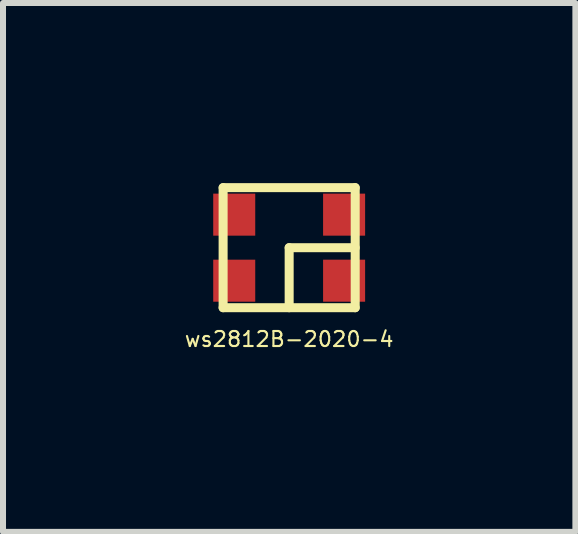
<source format=kicad_pcb>
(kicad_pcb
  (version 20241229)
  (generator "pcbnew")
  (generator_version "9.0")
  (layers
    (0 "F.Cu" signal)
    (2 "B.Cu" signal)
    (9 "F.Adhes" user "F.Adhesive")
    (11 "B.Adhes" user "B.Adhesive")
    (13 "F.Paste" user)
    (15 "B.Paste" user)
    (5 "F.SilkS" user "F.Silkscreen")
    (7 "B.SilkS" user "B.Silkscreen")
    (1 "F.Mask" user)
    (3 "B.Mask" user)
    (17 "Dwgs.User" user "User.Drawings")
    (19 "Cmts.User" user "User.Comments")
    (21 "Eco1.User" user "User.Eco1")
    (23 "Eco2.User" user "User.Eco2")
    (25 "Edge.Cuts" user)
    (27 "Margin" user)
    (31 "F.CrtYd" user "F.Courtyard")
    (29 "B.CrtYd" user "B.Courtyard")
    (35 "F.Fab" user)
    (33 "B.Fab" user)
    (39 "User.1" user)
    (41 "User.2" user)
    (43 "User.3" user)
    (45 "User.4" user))
  (footprint "ws2812B-2020-4"
    (layer "F.Cu")
    (at 1.766 1.075)
    (property "Reference" "ws2812B-2020-4" (at 0 1.524 0) (layer "F.SilkS") (effects (font (size 0.25 0.25) (thickness 0.035))))
    (attr through_hole)
    (fp_line (start -1.1 -1) (end 1.1 -1) (stroke (width 0.15) (type solid)) (layer "F.SilkS"))
    (fp_line (start -1.1 1) (end -1.1 -1) (stroke (width 0.15) (type solid)) (layer "F.SilkS"))
    (fp_line (start 0 0) (end 0 1) (stroke (width 0.15) (type solid)) (layer "F.SilkS"))
    (fp_line (start 1.1 -1) (end 1.1 1) (stroke (width 0.15) (type solid)) (layer "F.SilkS"))
    (fp_line (start 1.1 0) (end 0 0) (stroke (width 0.15) (type solid)) (layer "F.SilkS"))
    (fp_line (start 1.1 1) (end -1.1 1) (stroke (width 0.15) (type solid)) (layer "F.SilkS"))
    (pad "1" smd rect (at 0.915 0.55) (size 0.7 0.7) (layers "F.Cu" "F.Mask" "F.Paste"))
    (pad "2" smd rect (at 0.915 -0.55) (size 0.7 0.7) (layers "F.Cu" "F.Mask" "F.Paste"))
    (pad "3" smd rect (at -0.915 -0.55) (size 0.7 0.7) (layers "F.Cu" "F.Mask" "F.Paste"))
    (pad "4" smd rect (at -0.915 0.55) (size 0.7 0.7) (layers "F.Cu" "F.Mask" "F.Paste")))
  (gr_rect
    (start -3 -3)
    (end 6.533 5.808)
    (stroke (width 0.1) (type default))
    (fill no)
    (layer "Edge.Cuts")))
</source>
